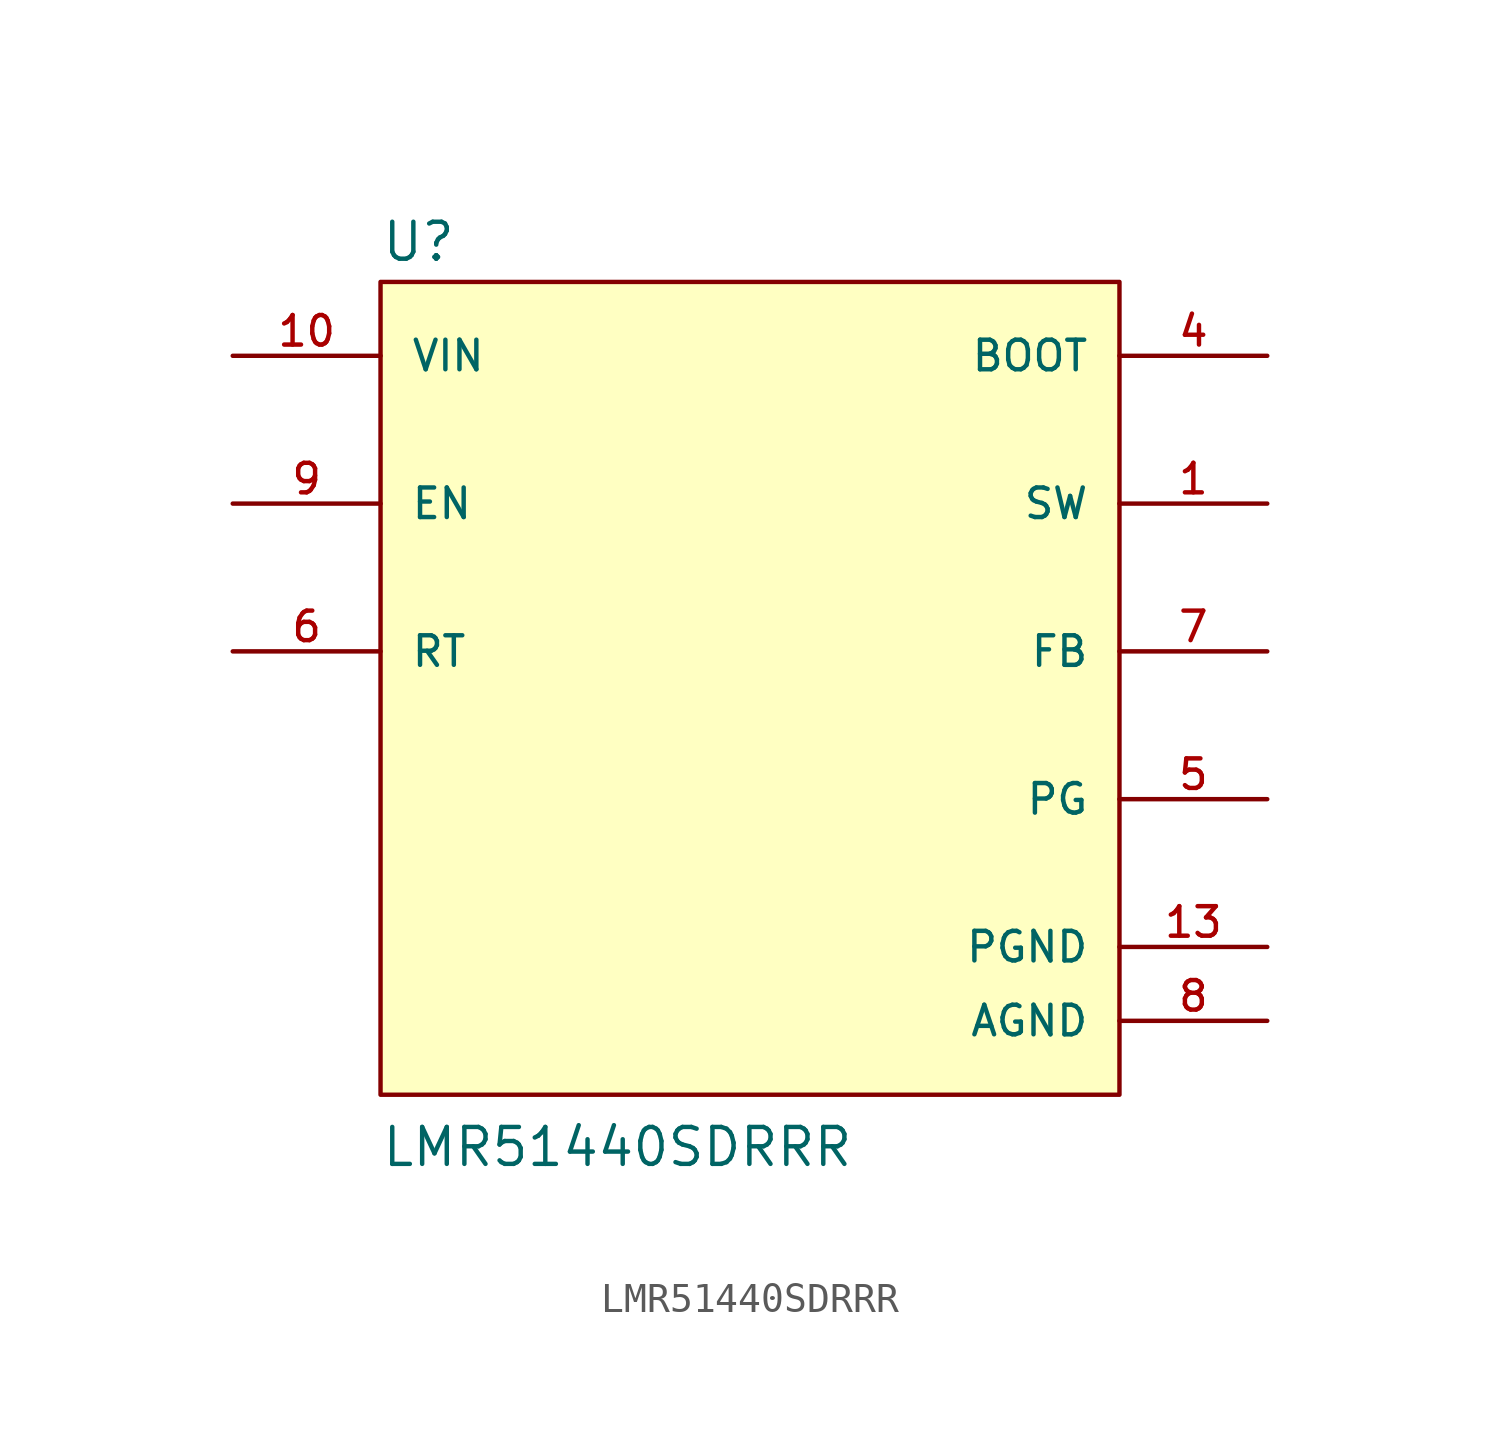
<source format=kicad_sym>
(kicad_symbol_lib
  (version 20241209)
  (generator "kicad_symbol_editor")
  (generator_version "9.0")
  (symbol "LMR51440SDRRR"
    (pin_names
      (offset 1.016))
    (property "Reference" "U"
      (at -12.7 13.335 0)
      (effects (font (size 1.27 1.27)) (justify left bottom)))
    (property "Value" "LMR51440SDRRR"
      (at -12.7 -17.78 0)
      (effects (font (size 1.27 1.27)) (justify left bottom)))
    (symbol "LMR51440SDRRR_0_0"
      (rectangle (start -12.7 -15.24) (end 12.7 12.7) (stroke (width 0.152) (type default)) (fill (type background)))
      (pin input line (at -17.78 10.16 0) (length 5.08) (name "VIN" (effects (font (size 1.016 1.016)))) (number "10" (effects (font (size 1.016 1.016)))))
      (pin input line (at -17.78 10.16 0) (length 5.08) (hide yes) (name "VIN" (effects (font (size 1.016 1.016)))) (number "11" (effects (font (size 1.016 1.016)))))
      (pin input line (at -17.78 10.16 0) (length 5.08) (hide yes) (name "VIN" (effects (font (size 1.016 1.016)))) (number "12" (effects (font (size 1.016 1.016)))))
      (pin input line (at -17.78 5.08 0) (length 5.08) (name "EN" (effects (font (size 1.016 1.016)))) (number "9" (effects (font (size 1.016 1.016)))))
      (pin input line (at -17.78 0 0) (length 5.08) (name "RT" (effects (font (size 1.016 1.016)))) (number "6" (effects (font (size 1.016 1.016)))))
      (pin passive line (at 17.78 10.16 180) (length 5.08) (name "BOOT" (effects (font (size 1.016 1.016)))) (number "4" (effects (font (size 1.016 1.016)))))
      (pin output line (at 17.78 5.08 180) (length 5.08) (name "SW" (effects (font (size 1.016 1.016)))) (number "1" (effects (font (size 1.016 1.016)))))
      (pin output line (at 17.78 5.08 180) (length 5.08) (hide yes) (name "SW" (effects (font (size 1.016 1.016)))) (number "2" (effects (font (size 1.016 1.016)))))
      (pin output line (at 17.78 5.08 180) (length 5.08) (hide yes) (name "SW" (effects (font (size 1.016 1.016)))) (number "3" (effects (font (size 1.016 1.016)))))
      (pin input line (at 17.78 0 180) (length 5.08) (name "FB" (effects (font (size 1.016 1.016)))) (number "7" (effects (font (size 1.016 1.016)))))
      (pin output line (at 17.78 -5.08 180) (length 5.08) (name "PG" (effects (font (size 1.016 1.016)))) (number "5" (effects (font (size 1.016 1.016)))))
      (pin power_in line (at 17.78 -10.16 180) (length 5.08) (name "PGND" (effects (font (size 1.016 1.016)))) (number "13" (effects (font (size 1.016 1.016)))))
      (pin power_in line (at 17.78 -12.7 180) (length 5.08) (name "AGND" (effects (font (size 1.016 1.016)))) (number "8" (effects (font (size 1.016 1.016))))))))
</source>
